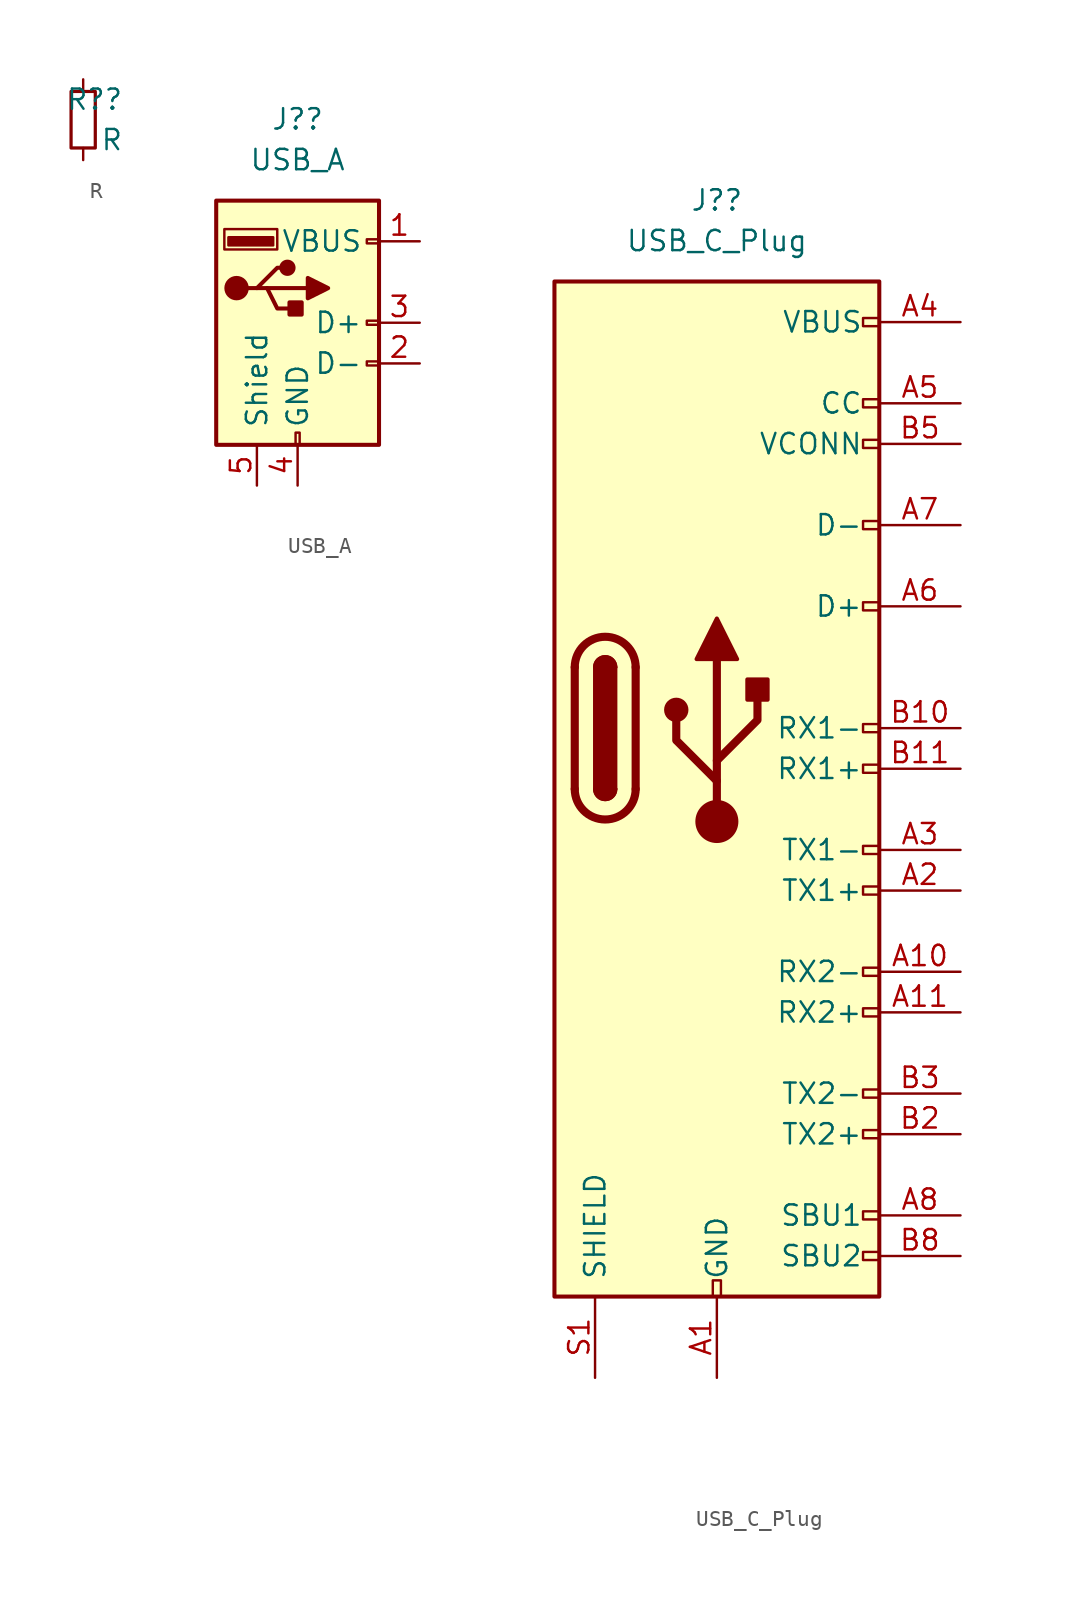
<source format=kicad_sym>
(kicad_symbol_lib
  (version 20211014)
  (generator kicad_symbol_editor)
  (symbol "R"
    (pin_numbers hide)
    (pin_names
      (offset 0.254) hide)
    (property "Reference" "R?"
      (at 2.54 1.27 0)
      (effects (font (size 1.27 1.27)) (justify right)))
    (property "Value" "R"
      (at 2.54 -1.27 0)
      (effects (font (size 1.27 1.27)) (justify right)))
    (symbol "R_0_1"
      (rectangle (start -0.762 1.778) (end 0.762 -1.778) (stroke (width 0.203) (type default) (color 0 0 0 0)) (fill (type none))))
    (symbol "R_1_1"
      (pin passive line (at 0 2.54 270) (length 0.762) (name "~" (effects (font (size 1.27 1.27)))) (number "1" (effects (font (size 1.27 1.27)))))
      (pin passive line (at 0 -2.54 90) (length 0.762) (name "~" (effects (font (size 1.27 1.27)))) (number "2" (effects (font (size 1.27 1.27)))))))
  (symbol "USB_A"
    (pin_names
      (offset 1.016))
    (property "Reference" "J?"
      (at 0 12.7 0)
      (effects (font (size 1.27 1.27))))
    (property "Value" "USB_A"
      (at 0 10.16 0)
      (effects (font (size 1.27 1.27))))
    (symbol "USB_A_0_1"
      (rectangle (start -5.08 -7.62) (end 5.08 7.62) (stroke (width 0.254) (type default) (color 0 0 0 0)) (fill (type background)))
      (circle (center -3.81 2.159) (radius 0.635) (stroke (width 0.254) (type default) (color 0 0 0 0)) (fill (type outline)))
      (rectangle (start -1.524 4.826) (end -4.318 5.334) (stroke (width 0) (type default) (color 0 0 0 0)) (fill (type outline)))
      (rectangle (start -1.27 4.572) (end -4.572 5.842) (stroke (width 0) (type default) (color 0 0 0 0)) (fill (type none)))
      (circle (center -0.635 3.429) (radius 0.381) (stroke (width 0.254) (type default) (color 0 0 0 0)) (fill (type outline)))
      (rectangle (start -0.127 -7.62) (end 0.127 -6.858) (stroke (width 0) (type default) (color 0 0 0 0)) (fill (type none)))
      (polyline (pts (xy -3.175 2.159) (xy -2.54 2.159) (xy -1.27 3.429) (xy -0.635 3.429)) (stroke (width 0.254) (type default) (color 0 0 0 0)) (fill (type none)))
      (polyline (pts (xy -2.54 2.159) (xy -1.905 2.159) (xy -1.27 0.889) (xy 0 0.889)) (stroke (width 0.254) (type default) (color 0 0 0 0)) (fill (type none)))
      (polyline (pts (xy 0.635 2.794) (xy 0.635 1.524) (xy 1.905 2.159) (xy 0.635 2.794)) (stroke (width 0.254) (type default) (color 0 0 0 0)) (fill (type outline)))
      (rectangle (start 0.254 1.27) (end -0.508 0.508) (stroke (width 0.254) (type default) (color 0 0 0 0)) (fill (type outline)))
      (rectangle (start 5.08 -2.667) (end 4.318 -2.413) (stroke (width 0) (type default) (color 0 0 0 0)) (fill (type none)))
      (rectangle (start 5.08 -0.127) (end 4.318 0.127) (stroke (width 0) (type default) (color 0 0 0 0)) (fill (type none)))
      (rectangle (start 5.08 4.953) (end 4.318 5.207) (stroke (width 0) (type default) (color 0 0 0 0)) (fill (type none))))
    (symbol "USB_A_1_1"
      (polyline (pts (xy -1.905 2.159) (xy 0.635 2.159)) (stroke (width 0.254) (type default) (color 0 0 0 0)) (fill (type none)))
      (pin power_out line (at 7.62 5.08 180) (length 2.54) (name "VBUS" (effects (font (size 1.27 1.27)))) (number "1" (effects (font (size 1.27 1.27)))))
      (pin bidirectional line (at 7.62 -2.54 180) (length 2.54) (name "D-" (effects (font (size 1.27 1.27)))) (number "2" (effects (font (size 1.27 1.27)))))
      (pin bidirectional line (at 7.62 0 180) (length 2.54) (name "D+" (effects (font (size 1.27 1.27)))) (number "3" (effects (font (size 1.27 1.27)))))
      (pin power_in line (at 0 -10.16 90) (length 2.54) (name "GND" (effects (font (size 1.27 1.27)))) (number "4" (effects (font (size 1.27 1.27)))))
      (pin passive line (at -2.54 -10.16 90) (length 2.54) (name "Shield" (effects (font (size 1.27 1.27)))) (number "5" (effects (font (size 1.27 1.27)))))))
  (symbol "USB_C_Plug"
    (pin_names
      (offset 1.016))
    (property "Reference" "J?"
      (at 0 33.02 0)
      (effects (font (size 1.27 1.27))))
    (property "Value" "USB_C_Plug"
      (at 0 30.48 0)
      (effects (font (size 1.27 1.27))))
    (symbol "USB_C_Plug_0_0"
      (rectangle (start -0.254 -35.56) (end 0.254 -34.544) (stroke (width 0) (type default) (color 0 0 0 0)) (fill (type none)))
      (rectangle (start 10.16 -32.766) (end 9.144 -33.274) (stroke (width 0) (type default) (color 0 0 0 0)) (fill (type none)))
      (rectangle (start 10.16 -30.226) (end 9.144 -30.734) (stroke (width 0) (type default) (color 0 0 0 0)) (fill (type none)))
      (rectangle (start 10.16 -25.146) (end 9.144 -25.654) (stroke (width 0) (type default) (color 0 0 0 0)) (fill (type none)))
      (rectangle (start 10.16 -22.606) (end 9.144 -23.114) (stroke (width 0) (type default) (color 0 0 0 0)) (fill (type none)))
      (rectangle (start 10.16 -17.526) (end 9.144 -18.034) (stroke (width 0) (type default) (color 0 0 0 0)) (fill (type none)))
      (rectangle (start 10.16 -14.986) (end 9.144 -15.494) (stroke (width 0) (type default) (color 0 0 0 0)) (fill (type none)))
      (rectangle (start 10.16 -9.906) (end 9.144 -10.414) (stroke (width 0) (type default) (color 0 0 0 0)) (fill (type none)))
      (rectangle (start 10.16 -7.366) (end 9.144 -7.874) (stroke (width 0) (type default) (color 0 0 0 0)) (fill (type none)))
      (rectangle (start 10.16 -2.286) (end 9.144 -2.794) (stroke (width 0) (type default) (color 0 0 0 0)) (fill (type none)))
      (rectangle (start 10.16 0.254) (end 9.144 -0.254) (stroke (width 0) (type default) (color 0 0 0 0)) (fill (type none)))
      (rectangle (start 10.16 7.874) (end 9.144 7.366) (stroke (width 0) (type default) (color 0 0 0 0)) (fill (type none)))
      (rectangle (start 10.16 12.954) (end 9.144 12.446) (stroke (width 0) (type default) (color 0 0 0 0)) (fill (type none)))
      (rectangle (start 10.16 18.034) (end 9.144 17.526) (stroke (width 0) (type default) (color 0 0 0 0)) (fill (type none)))
      (rectangle (start 10.16 20.574) (end 9.144 20.066) (stroke (width 0) (type default) (color 0 0 0 0)) (fill (type none)))
      (rectangle (start 10.16 25.654) (end 9.144 25.146) (stroke (width 0) (type default) (color 0 0 0 0)) (fill (type none))))
    (symbol "USB_C_Plug_0_1"
      (rectangle (start -10.16 27.94) (end 10.16 -35.56) (stroke (width 0.254) (type default) (color 0 0 0 0)) (fill (type background)))
      (arc (start -8.89 -3.81) (mid -6.985 -5.715) (end -5.08 -3.81) (stroke (width 0.508) (type default) (color 0 0 0 0)) (fill (type none)))
      (arc (start -7.62 -3.81) (mid -6.985 -4.445) (end -6.35 -3.81) (stroke (width 0.254) (type default) (color 0 0 0 0)) (fill (type none)))
      (arc (start -7.62 -3.81) (mid -6.985 -4.445) (end -6.35 -3.81) (stroke (width 0.254) (type default) (color 0 0 0 0)) (fill (type outline)))
      (rectangle (start -7.62 -3.81) (end -6.35 3.81) (stroke (width 0.254) (type default) (color 0 0 0 0)) (fill (type outline)))
      (arc (start -6.35 3.81) (mid -6.985 4.445) (end -7.62 3.81) (stroke (width 0.254) (type default) (color 0 0 0 0)) (fill (type none)))
      (arc (start -6.35 3.81) (mid -6.985 4.445) (end -7.62 3.81) (stroke (width 0.254) (type default) (color 0 0 0 0)) (fill (type outline)))
      (arc (start -5.08 3.81) (mid -6.985 5.715) (end -8.89 3.81) (stroke (width 0.508) (type default) (color 0 0 0 0)) (fill (type none)))
      (polyline (pts (xy -8.89 -3.81) (xy -8.89 3.81)) (stroke (width 0.508) (type default) (color 0 0 0 0)) (fill (type none)))
      (polyline (pts (xy -5.08 3.81) (xy -5.08 -3.81)) (stroke (width 0.508) (type default) (color 0 0 0 0)) (fill (type none))))
    (symbol "USB_C_Plug_1_1"
      (circle (center -2.54 1.143) (radius 0.635) (stroke (width 0.254) (type default) (color 0 0 0 0)) (fill (type outline)))
      (circle (center 0 -5.842) (radius 1.27) (stroke (width 0) (type default) (color 0 0 0 0)) (fill (type outline)))
      (polyline (pts (xy 0 -5.842) (xy 0 4.318)) (stroke (width 0.508) (type default) (color 0 0 0 0)) (fill (type none)))
      (polyline (pts (xy 0 -3.302) (xy -2.54 -0.762) (xy -2.54 0.508)) (stroke (width 0.508) (type default) (color 0 0 0 0)) (fill (type none)))
      (polyline (pts (xy 0 -2.032) (xy 2.54 0.508) (xy 2.54 1.778)) (stroke (width 0.508) (type default) (color 0 0 0 0)) (fill (type none)))
      (polyline (pts (xy -1.27 4.318) (xy 0 6.858) (xy 1.27 4.318) (xy -1.27 4.318)) (stroke (width 0.254) (type default) (color 0 0 0 0)) (fill (type outline)))
      (rectangle (start 1.905 1.778) (end 3.175 3.048) (stroke (width 0.254) (type default) (color 0 0 0 0)) (fill (type outline)))
      (pin passive line (at 0 -40.64 90) (length 5.08) (name "GND" (effects (font (size 1.27 1.27)))) (number "A1" (effects (font (size 1.27 1.27)))))
      (pin bidirectional line (at 15.24 -15.24 180) (length 5.08) (name "RX2-" (effects (font (size 1.27 1.27)))) (number "A10" (effects (font (size 1.27 1.27)))))
      (pin bidirectional line (at 15.24 -17.78 180) (length 5.08) (name "RX2+" (effects (font (size 1.27 1.27)))) (number "A11" (effects (font (size 1.27 1.27)))))
      (pin passive line (at 0 -40.64 90) (length 5.08) hide (name "GND" (effects (font (size 1.27 1.27)))) (number "A12" (effects (font (size 1.27 1.27)))))
      (pin bidirectional line (at 15.24 -10.16 180) (length 5.08) (name "TX1+" (effects (font (size 1.27 1.27)))) (number "A2" (effects (font (size 1.27 1.27)))))
      (pin bidirectional line (at 15.24 -7.62 180) (length 5.08) (name "TX1-" (effects (font (size 1.27 1.27)))) (number "A3" (effects (font (size 1.27 1.27)))))
      (pin passive line (at 15.24 25.4 180) (length 5.08) (name "VBUS" (effects (font (size 1.27 1.27)))) (number "A4" (effects (font (size 1.27 1.27)))))
      (pin bidirectional line (at 15.24 20.32 180) (length 5.08) (name "CC" (effects (font (size 1.27 1.27)))) (number "A5" (effects (font (size 1.27 1.27)))))
      (pin bidirectional line (at 15.24 7.62 180) (length 5.08) (name "D+" (effects (font (size 1.27 1.27)))) (number "A6" (effects (font (size 1.27 1.27)))))
      (pin bidirectional line (at 15.24 12.7 180) (length 5.08) (name "D-" (effects (font (size 1.27 1.27)))) (number "A7" (effects (font (size 1.27 1.27)))))
      (pin bidirectional line (at 15.24 -30.48 180) (length 5.08) (name "SBU1" (effects (font (size 1.27 1.27)))) (number "A8" (effects (font (size 1.27 1.27)))))
      (pin passive line (at 15.24 25.4 180) (length 5.08) hide (name "VBUS" (effects (font (size 1.27 1.27)))) (number "A9" (effects (font (size 1.27 1.27)))))
      (pin passive line (at 0 -40.64 90) (length 5.08) hide (name "GND" (effects (font (size 1.27 1.27)))) (number "B1" (effects (font (size 1.27 1.27)))))
      (pin bidirectional line (at 15.24 0 180) (length 5.08) (name "RX1-" (effects (font (size 1.27 1.27)))) (number "B10" (effects (font (size 1.27 1.27)))))
      (pin bidirectional line (at 15.24 -2.54 180) (length 5.08) (name "RX1+" (effects (font (size 1.27 1.27)))) (number "B11" (effects (font (size 1.27 1.27)))))
      (pin passive line (at 0 -40.64 90) (length 5.08) hide (name "GND" (effects (font (size 1.27 1.27)))) (number "B12" (effects (font (size 1.27 1.27)))))
      (pin bidirectional line (at 15.24 -25.4 180) (length 5.08) (name "TX2+" (effects (font (size 1.27 1.27)))) (number "B2" (effects (font (size 1.27 1.27)))))
      (pin bidirectional line (at 15.24 -22.86 180) (length 5.08) (name "TX2-" (effects (font (size 1.27 1.27)))) (number "B3" (effects (font (size 1.27 1.27)))))
      (pin passive line (at 15.24 25.4 180) (length 5.08) hide (name "VBUS" (effects (font (size 1.27 1.27)))) (number "B4" (effects (font (size 1.27 1.27)))))
      (pin bidirectional line (at 15.24 17.78 180) (length 5.08) (name "VCONN" (effects (font (size 1.27 1.27)))) (number "B5" (effects (font (size 1.27 1.27)))))
      (pin bidirectional line (at 15.24 -33.02 180) (length 5.08) (name "SBU2" (effects (font (size 1.27 1.27)))) (number "B8" (effects (font (size 1.27 1.27)))))
      (pin passive line (at 15.24 25.4 180) (length 5.08) hide (name "VBUS" (effects (font (size 1.27 1.27)))) (number "B9" (effects (font (size 1.27 1.27)))))
      (pin passive line (at -7.62 -40.64 90) (length 5.08) (name "SHIELD" (effects (font (size 1.27 1.27)))) (number "S1" (effects (font (size 1.27 1.27))))))))
</source>
